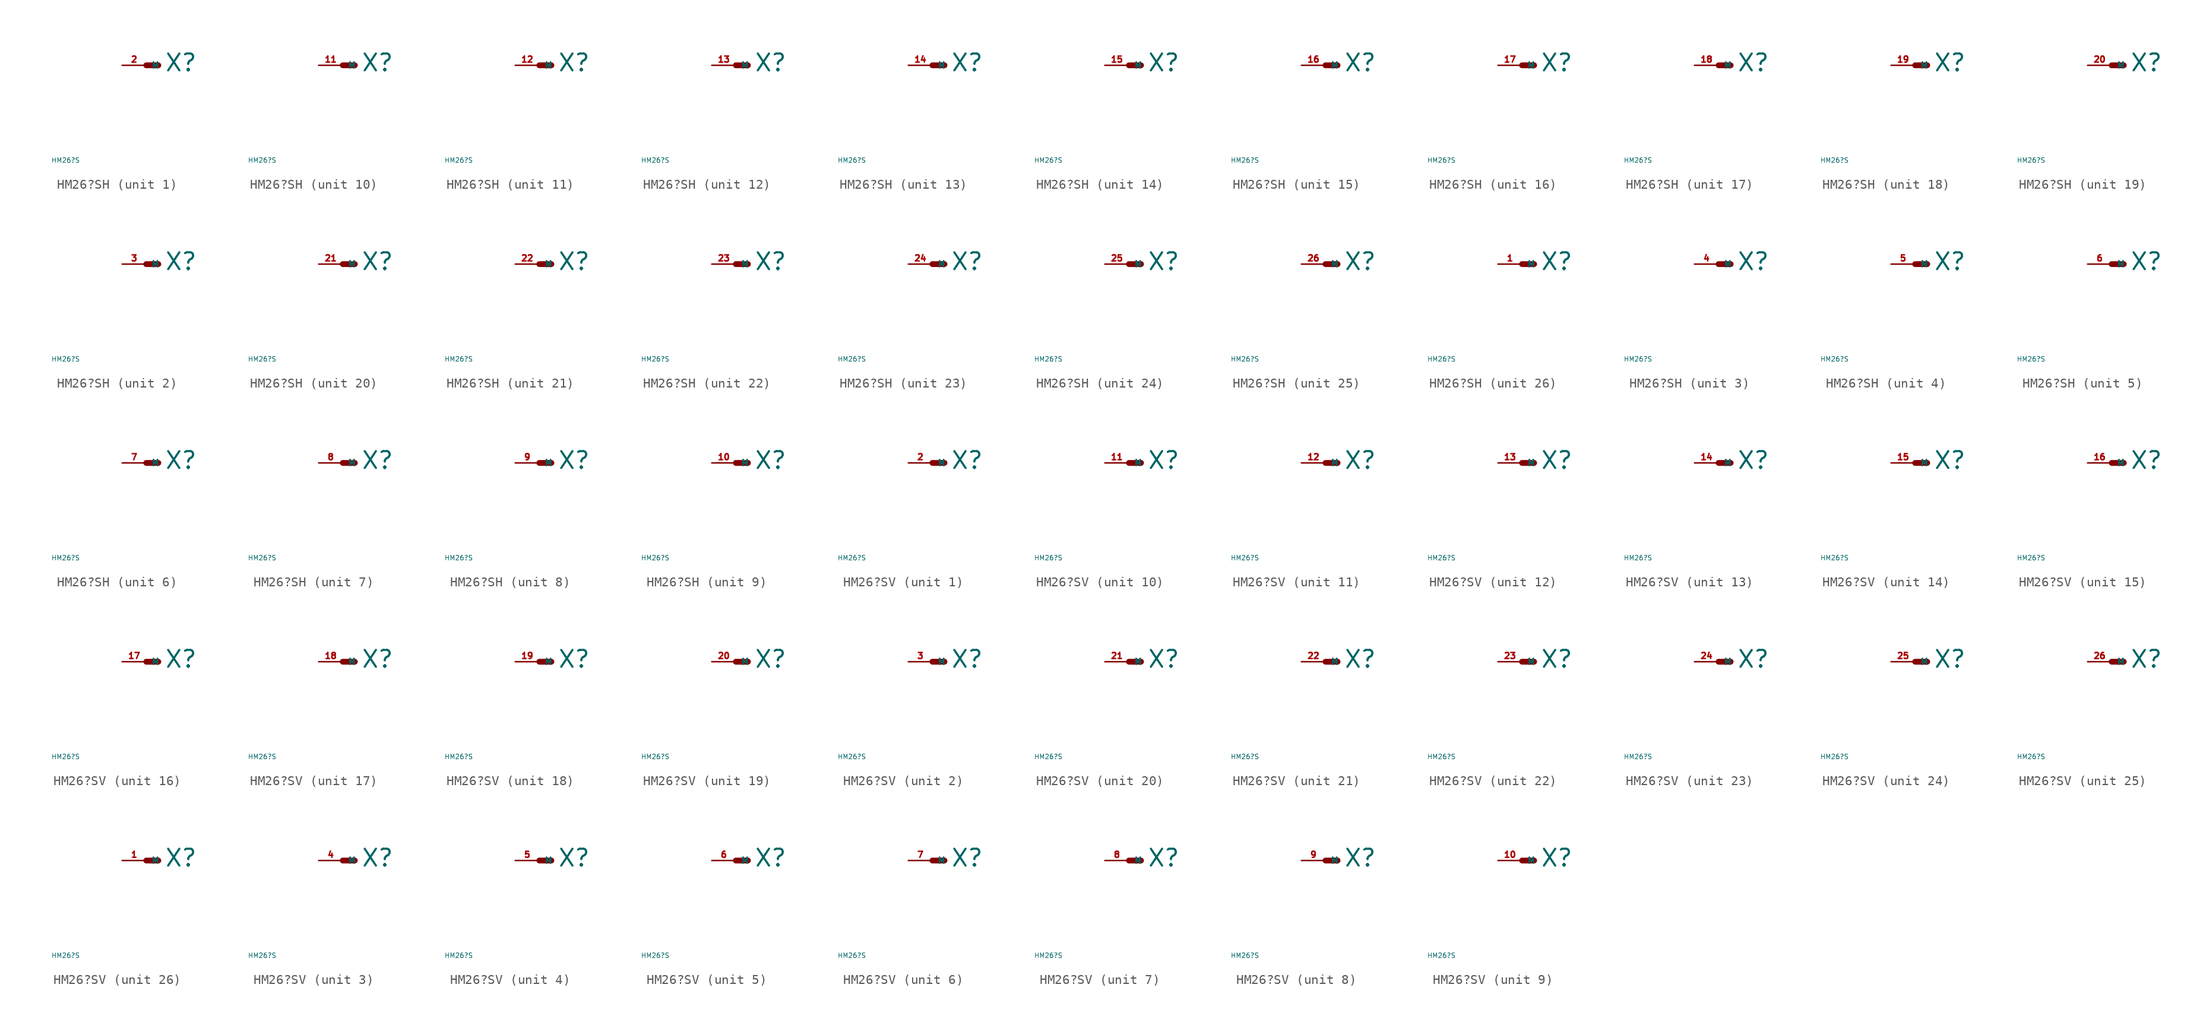
<source format=kicad_sym>
(kicad_symbol_lib
  (version 20220914)
  (generator Eagle2Kicad)
  (symbol "HM26?SH"
    (property "Reference" "X"
      (at 1.905 -0.762 0)
      (effects (font (size 1.778 1.778) (thickness 0.22)) (justify left bottom)))
    (property "Value" "HM26?S"
      (at -10 -10 0)
      (effects (font (size 0.5 0.5) (thickness 0.06)) (justify left)))
    (symbol "HM26?SH_1_0"
      (polyline (pts (xy 0 0) (xy 1.27 0)) (stroke (width 0.61) (type default)) (fill (type none)))
      (pin passive line (at -2.54 0 0) (length 2.54) (name "M" (effects (font (size 0.635 0.635) (thickness 0.08)) (justify left bottom))) (number "2" (effects (font (size 0.635 0.635) (thickness 0.08)) (justify left bottom)))))
    (symbol "HM26?SH_2_0"
      (polyline (pts (xy 0 0) (xy 1.27 0)) (stroke (width 0.61) (type default)) (fill (type none)))
      (pin passive line (at -2.54 0 0) (length 2.54) (name "M" (effects (font (size 0.635 0.635) (thickness 0.08)) (justify left bottom))) (number "3" (effects (font (size 0.635 0.635) (thickness 0.08)) (justify left bottom)))))
    (symbol "HM26?SH_3_0"
      (polyline (pts (xy 0 0) (xy 1.27 0)) (stroke (width 0.61) (type default)) (fill (type none)))
      (pin passive line (at -2.54 0 0) (length 2.54) (name "M" (effects (font (size 0.635 0.635) (thickness 0.08)) (justify left bottom))) (number "4" (effects (font (size 0.635 0.635) (thickness 0.08)) (justify left bottom)))))
    (symbol "HM26?SH_4_0"
      (polyline (pts (xy 0 0) (xy 1.27 0)) (stroke (width 0.61) (type default)) (fill (type none)))
      (pin passive line (at -2.54 0 0) (length 2.54) (name "M" (effects (font (size 0.635 0.635) (thickness 0.08)) (justify left bottom))) (number "5" (effects (font (size 0.635 0.635) (thickness 0.08)) (justify left bottom)))))
    (symbol "HM26?SH_5_0"
      (polyline (pts (xy 0 0) (xy 1.27 0)) (stroke (width 0.61) (type default)) (fill (type none)))
      (pin passive line (at -2.54 0 0) (length 2.54) (name "M" (effects (font (size 0.635 0.635) (thickness 0.08)) (justify left bottom))) (number "6" (effects (font (size 0.635 0.635) (thickness 0.08)) (justify left bottom)))))
    (symbol "HM26?SH_6_0"
      (polyline (pts (xy 0 0) (xy 1.27 0)) (stroke (width 0.61) (type default)) (fill (type none)))
      (pin passive line (at -2.54 0 0) (length 2.54) (name "M" (effects (font (size 0.635 0.635) (thickness 0.08)) (justify left bottom))) (number "7" (effects (font (size 0.635 0.635) (thickness 0.08)) (justify left bottom)))))
    (symbol "HM26?SH_7_0"
      (polyline (pts (xy 0 0) (xy 1.27 0)) (stroke (width 0.61) (type default)) (fill (type none)))
      (pin passive line (at -2.54 0 0) (length 2.54) (name "M" (effects (font (size 0.635 0.635) (thickness 0.08)) (justify left bottom))) (number "8" (effects (font (size 0.635 0.635) (thickness 0.08)) (justify left bottom)))))
    (symbol "HM26?SH_8_0"
      (polyline (pts (xy 0 0) (xy 1.27 0)) (stroke (width 0.61) (type default)) (fill (type none)))
      (pin passive line (at -2.54 0 0) (length 2.54) (name "M" (effects (font (size 0.635 0.635) (thickness 0.08)) (justify left bottom))) (number "9" (effects (font (size 0.635 0.635) (thickness 0.08)) (justify left bottom)))))
    (symbol "HM26?SH_9_0"
      (polyline (pts (xy 0 0) (xy 1.27 0)) (stroke (width 0.61) (type default)) (fill (type none)))
      (pin passive line (at -2.54 0 0) (length 2.54) (name "M" (effects (font (size 0.635 0.635) (thickness 0.08)) (justify left bottom))) (number "10" (effects (font (size 0.635 0.635) (thickness 0.08)) (justify left bottom)))))
    (symbol "HM26?SH_10_0"
      (polyline (pts (xy 0 0) (xy 1.27 0)) (stroke (width 0.61) (type default)) (fill (type none)))
      (pin passive line (at -2.54 0 0) (length 2.54) (name "M" (effects (font (size 0.635 0.635) (thickness 0.08)) (justify left bottom))) (number "11" (effects (font (size 0.635 0.635) (thickness 0.08)) (justify left bottom)))))
    (symbol "HM26?SH_11_0"
      (polyline (pts (xy 0 0) (xy 1.27 0)) (stroke (width 0.61) (type default)) (fill (type none)))
      (pin passive line (at -2.54 0 0) (length 2.54) (name "M" (effects (font (size 0.635 0.635) (thickness 0.08)) (justify left bottom))) (number "12" (effects (font (size 0.635 0.635) (thickness 0.08)) (justify left bottom)))))
    (symbol "HM26?SH_12_0"
      (polyline (pts (xy 0 0) (xy 1.27 0)) (stroke (width 0.61) (type default)) (fill (type none)))
      (pin passive line (at -2.54 0 0) (length 2.54) (name "M" (effects (font (size 0.635 0.635) (thickness 0.08)) (justify left bottom))) (number "13" (effects (font (size 0.635 0.635) (thickness 0.08)) (justify left bottom)))))
    (symbol "HM26?SH_13_0"
      (polyline (pts (xy 0 0) (xy 1.27 0)) (stroke (width 0.61) (type default)) (fill (type none)))
      (pin passive line (at -2.54 0 0) (length 2.54) (name "M" (effects (font (size 0.635 0.635) (thickness 0.08)) (justify left bottom))) (number "14" (effects (font (size 0.635 0.635) (thickness 0.08)) (justify left bottom)))))
    (symbol "HM26?SH_14_0"
      (polyline (pts (xy 0 0) (xy 1.27 0)) (stroke (width 0.61) (type default)) (fill (type none)))
      (pin passive line (at -2.54 0 0) (length 2.54) (name "M" (effects (font (size 0.635 0.635) (thickness 0.08)) (justify left bottom))) (number "15" (effects (font (size 0.635 0.635) (thickness 0.08)) (justify left bottom)))))
    (symbol "HM26?SH_15_0"
      (polyline (pts (xy 0 0) (xy 1.27 0)) (stroke (width 0.61) (type default)) (fill (type none)))
      (pin passive line (at -2.54 0 0) (length 2.54) (name "M" (effects (font (size 0.635 0.635) (thickness 0.08)) (justify left bottom))) (number "16" (effects (font (size 0.635 0.635) (thickness 0.08)) (justify left bottom)))))
    (symbol "HM26?SH_16_0"
      (polyline (pts (xy 0 0) (xy 1.27 0)) (stroke (width 0.61) (type default)) (fill (type none)))
      (pin passive line (at -2.54 0 0) (length 2.54) (name "M" (effects (font (size 0.635 0.635) (thickness 0.08)) (justify left bottom))) (number "17" (effects (font (size 0.635 0.635) (thickness 0.08)) (justify left bottom)))))
    (symbol "HM26?SH_17_0"
      (polyline (pts (xy 0 0) (xy 1.27 0)) (stroke (width 0.61) (type default)) (fill (type none)))
      (pin passive line (at -2.54 0 0) (length 2.54) (name "M" (effects (font (size 0.635 0.635) (thickness 0.08)) (justify left bottom))) (number "18" (effects (font (size 0.635 0.635) (thickness 0.08)) (justify left bottom)))))
    (symbol "HM26?SH_18_0"
      (polyline (pts (xy 0 0) (xy 1.27 0)) (stroke (width 0.61) (type default)) (fill (type none)))
      (pin passive line (at -2.54 0 0) (length 2.54) (name "M" (effects (font (size 0.635 0.635) (thickness 0.08)) (justify left bottom))) (number "19" (effects (font (size 0.635 0.635) (thickness 0.08)) (justify left bottom)))))
    (symbol "HM26?SH_19_0"
      (polyline (pts (xy 0 0) (xy 1.27 0)) (stroke (width 0.61) (type default)) (fill (type none)))
      (pin passive line (at -2.54 0 0) (length 2.54) (name "M" (effects (font (size 0.635 0.635) (thickness 0.08)) (justify left bottom))) (number "20" (effects (font (size 0.635 0.635) (thickness 0.08)) (justify left bottom)))))
    (symbol "HM26?SH_20_0"
      (polyline (pts (xy 0 0) (xy 1.27 0)) (stroke (width 0.61) (type default)) (fill (type none)))
      (pin passive line (at -2.54 0 0) (length 2.54) (name "M" (effects (font (size 0.635 0.635) (thickness 0.08)) (justify left bottom))) (number "21" (effects (font (size 0.635 0.635) (thickness 0.08)) (justify left bottom)))))
    (symbol "HM26?SH_21_0"
      (polyline (pts (xy 0 0) (xy 1.27 0)) (stroke (width 0.61) (type default)) (fill (type none)))
      (pin passive line (at -2.54 0 0) (length 2.54) (name "M" (effects (font (size 0.635 0.635) (thickness 0.08)) (justify left bottom))) (number "22" (effects (font (size 0.635 0.635) (thickness 0.08)) (justify left bottom)))))
    (symbol "HM26?SH_22_0"
      (polyline (pts (xy 0 0) (xy 1.27 0)) (stroke (width 0.61) (type default)) (fill (type none)))
      (pin passive line (at -2.54 0 0) (length 2.54) (name "M" (effects (font (size 0.635 0.635) (thickness 0.08)) (justify left bottom))) (number "23" (effects (font (size 0.635 0.635) (thickness 0.08)) (justify left bottom)))))
    (symbol "HM26?SH_23_0"
      (polyline (pts (xy 0 0) (xy 1.27 0)) (stroke (width 0.61) (type default)) (fill (type none)))
      (pin passive line (at -2.54 0 0) (length 2.54) (name "M" (effects (font (size 0.635 0.635) (thickness 0.08)) (justify left bottom))) (number "24" (effects (font (size 0.635 0.635) (thickness 0.08)) (justify left bottom)))))
    (symbol "HM26?SH_24_0"
      (polyline (pts (xy 0 0) (xy 1.27 0)) (stroke (width 0.61) (type default)) (fill (type none)))
      (pin passive line (at -2.54 0 0) (length 2.54) (name "M" (effects (font (size 0.635 0.635) (thickness 0.08)) (justify left bottom))) (number "25" (effects (font (size 0.635 0.635) (thickness 0.08)) (justify left bottom)))))
    (symbol "HM26?SH_25_0"
      (polyline (pts (xy 0 0) (xy 1.27 0)) (stroke (width 0.61) (type default)) (fill (type none)))
      (pin passive line (at -2.54 0 0) (length 2.54) (name "M" (effects (font (size 0.635 0.635) (thickness 0.08)) (justify left bottom))) (number "26" (effects (font (size 0.635 0.635) (thickness 0.08)) (justify left bottom)))))
    (symbol "HM26?SH_26_0"
      (polyline (pts (xy 0 0) (xy 1.27 0)) (stroke (width 0.61) (type default)) (fill (type none)))
      (pin passive line (at -2.54 0 0) (length 2.54) (name "M" (effects (font (size 0.635 0.635) (thickness 0.08)) (justify left bottom))) (number "1" (effects (font (size 0.635 0.635) (thickness 0.08)) (justify left bottom))))))
  (symbol "HM26?SV"
    (property "Reference" "X"
      (at 1.905 -0.762 0)
      (effects (font (size 1.778 1.778) (thickness 0.22)) (justify left bottom)))
    (property "Value" "HM26?S"
      (at -10 -10 0)
      (effects (font (size 0.5 0.5) (thickness 0.06)) (justify left)))
    (symbol "HM26?SV_1_0"
      (polyline (pts (xy 0 0) (xy 1.27 0)) (stroke (width 0.61) (type default)) (fill (type none)))
      (pin passive line (at -2.54 0 0) (length 2.54) (name "M" (effects (font (size 0.635 0.635) (thickness 0.08)) (justify left bottom))) (number "2" (effects (font (size 0.635 0.635) (thickness 0.08)) (justify left bottom)))))
    (symbol "HM26?SV_2_0"
      (polyline (pts (xy 0 0) (xy 1.27 0)) (stroke (width 0.61) (type default)) (fill (type none)))
      (pin passive line (at -2.54 0 0) (length 2.54) (name "M" (effects (font (size 0.635 0.635) (thickness 0.08)) (justify left bottom))) (number "3" (effects (font (size 0.635 0.635) (thickness 0.08)) (justify left bottom)))))
    (symbol "HM26?SV_3_0"
      (polyline (pts (xy 0 0) (xy 1.27 0)) (stroke (width 0.61) (type default)) (fill (type none)))
      (pin passive line (at -2.54 0 0) (length 2.54) (name "M" (effects (font (size 0.635 0.635) (thickness 0.08)) (justify left bottom))) (number "4" (effects (font (size 0.635 0.635) (thickness 0.08)) (justify left bottom)))))
    (symbol "HM26?SV_4_0"
      (polyline (pts (xy 0 0) (xy 1.27 0)) (stroke (width 0.61) (type default)) (fill (type none)))
      (pin passive line (at -2.54 0 0) (length 2.54) (name "M" (effects (font (size 0.635 0.635) (thickness 0.08)) (justify left bottom))) (number "5" (effects (font (size 0.635 0.635) (thickness 0.08)) (justify left bottom)))))
    (symbol "HM26?SV_5_0"
      (polyline (pts (xy 0 0) (xy 1.27 0)) (stroke (width 0.61) (type default)) (fill (type none)))
      (pin passive line (at -2.54 0 0) (length 2.54) (name "M" (effects (font (size 0.635 0.635) (thickness 0.08)) (justify left bottom))) (number "6" (effects (font (size 0.635 0.635) (thickness 0.08)) (justify left bottom)))))
    (symbol "HM26?SV_6_0"
      (polyline (pts (xy 0 0) (xy 1.27 0)) (stroke (width 0.61) (type default)) (fill (type none)))
      (pin passive line (at -2.54 0 0) (length 2.54) (name "M" (effects (font (size 0.635 0.635) (thickness 0.08)) (justify left bottom))) (number "7" (effects (font (size 0.635 0.635) (thickness 0.08)) (justify left bottom)))))
    (symbol "HM26?SV_7_0"
      (polyline (pts (xy 0 0) (xy 1.27 0)) (stroke (width 0.61) (type default)) (fill (type none)))
      (pin passive line (at -2.54 0 0) (length 2.54) (name "M" (effects (font (size 0.635 0.635) (thickness 0.08)) (justify left bottom))) (number "8" (effects (font (size 0.635 0.635) (thickness 0.08)) (justify left bottom)))))
    (symbol "HM26?SV_8_0"
      (polyline (pts (xy 0 0) (xy 1.27 0)) (stroke (width 0.61) (type default)) (fill (type none)))
      (pin passive line (at -2.54 0 0) (length 2.54) (name "M" (effects (font (size 0.635 0.635) (thickness 0.08)) (justify left bottom))) (number "9" (effects (font (size 0.635 0.635) (thickness 0.08)) (justify left bottom)))))
    (symbol "HM26?SV_9_0"
      (polyline (pts (xy 0 0) (xy 1.27 0)) (stroke (width 0.61) (type default)) (fill (type none)))
      (pin passive line (at -2.54 0 0) (length 2.54) (name "M" (effects (font (size 0.635 0.635) (thickness 0.08)) (justify left bottom))) (number "10" (effects (font (size 0.635 0.635) (thickness 0.08)) (justify left bottom)))))
    (symbol "HM26?SV_10_0"
      (polyline (pts (xy 0 0) (xy 1.27 0)) (stroke (width 0.61) (type default)) (fill (type none)))
      (pin passive line (at -2.54 0 0) (length 2.54) (name "M" (effects (font (size 0.635 0.635) (thickness 0.08)) (justify left bottom))) (number "11" (effects (font (size 0.635 0.635) (thickness 0.08)) (justify left bottom)))))
    (symbol "HM26?SV_11_0"
      (polyline (pts (xy 0 0) (xy 1.27 0)) (stroke (width 0.61) (type default)) (fill (type none)))
      (pin passive line (at -2.54 0 0) (length 2.54) (name "M" (effects (font (size 0.635 0.635) (thickness 0.08)) (justify left bottom))) (number "12" (effects (font (size 0.635 0.635) (thickness 0.08)) (justify left bottom)))))
    (symbol "HM26?SV_12_0"
      (polyline (pts (xy 0 0) (xy 1.27 0)) (stroke (width 0.61) (type default)) (fill (type none)))
      (pin passive line (at -2.54 0 0) (length 2.54) (name "M" (effects (font (size 0.635 0.635) (thickness 0.08)) (justify left bottom))) (number "13" (effects (font (size 0.635 0.635) (thickness 0.08)) (justify left bottom)))))
    (symbol "HM26?SV_13_0"
      (polyline (pts (xy 0 0) (xy 1.27 0)) (stroke (width 0.61) (type default)) (fill (type none)))
      (pin passive line (at -2.54 0 0) (length 2.54) (name "M" (effects (font (size 0.635 0.635) (thickness 0.08)) (justify left bottom))) (number "14" (effects (font (size 0.635 0.635) (thickness 0.08)) (justify left bottom)))))
    (symbol "HM26?SV_14_0"
      (polyline (pts (xy 0 0) (xy 1.27 0)) (stroke (width 0.61) (type default)) (fill (type none)))
      (pin passive line (at -2.54 0 0) (length 2.54) (name "M" (effects (font (size 0.635 0.635) (thickness 0.08)) (justify left bottom))) (number "15" (effects (font (size 0.635 0.635) (thickness 0.08)) (justify left bottom)))))
    (symbol "HM26?SV_15_0"
      (polyline (pts (xy 0 0) (xy 1.27 0)) (stroke (width 0.61) (type default)) (fill (type none)))
      (pin passive line (at -2.54 0 0) (length 2.54) (name "M" (effects (font (size 0.635 0.635) (thickness 0.08)) (justify left bottom))) (number "16" (effects (font (size 0.635 0.635) (thickness 0.08)) (justify left bottom)))))
    (symbol "HM26?SV_16_0"
      (polyline (pts (xy 0 0) (xy 1.27 0)) (stroke (width 0.61) (type default)) (fill (type none)))
      (pin passive line (at -2.54 0 0) (length 2.54) (name "M" (effects (font (size 0.635 0.635) (thickness 0.08)) (justify left bottom))) (number "17" (effects (font (size 0.635 0.635) (thickness 0.08)) (justify left bottom)))))
    (symbol "HM26?SV_17_0"
      (polyline (pts (xy 0 0) (xy 1.27 0)) (stroke (width 0.61) (type default)) (fill (type none)))
      (pin passive line (at -2.54 0 0) (length 2.54) (name "M" (effects (font (size 0.635 0.635) (thickness 0.08)) (justify left bottom))) (number "18" (effects (font (size 0.635 0.635) (thickness 0.08)) (justify left bottom)))))
    (symbol "HM26?SV_18_0"
      (polyline (pts (xy 0 0) (xy 1.27 0)) (stroke (width 0.61) (type default)) (fill (type none)))
      (pin passive line (at -2.54 0 0) (length 2.54) (name "M" (effects (font (size 0.635 0.635) (thickness 0.08)) (justify left bottom))) (number "19" (effects (font (size 0.635 0.635) (thickness 0.08)) (justify left bottom)))))
    (symbol "HM26?SV_19_0"
      (polyline (pts (xy 0 0) (xy 1.27 0)) (stroke (width 0.61) (type default)) (fill (type none)))
      (pin passive line (at -2.54 0 0) (length 2.54) (name "M" (effects (font (size 0.635 0.635) (thickness 0.08)) (justify left bottom))) (number "20" (effects (font (size 0.635 0.635) (thickness 0.08)) (justify left bottom)))))
    (symbol "HM26?SV_20_0"
      (polyline (pts (xy 0 0) (xy 1.27 0)) (stroke (width 0.61) (type default)) (fill (type none)))
      (pin passive line (at -2.54 0 0) (length 2.54) (name "M" (effects (font (size 0.635 0.635) (thickness 0.08)) (justify left bottom))) (number "21" (effects (font (size 0.635 0.635) (thickness 0.08)) (justify left bottom)))))
    (symbol "HM26?SV_21_0"
      (polyline (pts (xy 0 0) (xy 1.27 0)) (stroke (width 0.61) (type default)) (fill (type none)))
      (pin passive line (at -2.54 0 0) (length 2.54) (name "M" (effects (font (size 0.635 0.635) (thickness 0.08)) (justify left bottom))) (number "22" (effects (font (size 0.635 0.635) (thickness 0.08)) (justify left bottom)))))
    (symbol "HM26?SV_22_0"
      (polyline (pts (xy 0 0) (xy 1.27 0)) (stroke (width 0.61) (type default)) (fill (type none)))
      (pin passive line (at -2.54 0 0) (length 2.54) (name "M" (effects (font (size 0.635 0.635) (thickness 0.08)) (justify left bottom))) (number "23" (effects (font (size 0.635 0.635) (thickness 0.08)) (justify left bottom)))))
    (symbol "HM26?SV_23_0"
      (polyline (pts (xy 0 0) (xy 1.27 0)) (stroke (width 0.61) (type default)) (fill (type none)))
      (pin passive line (at -2.54 0 0) (length 2.54) (name "M" (effects (font (size 0.635 0.635) (thickness 0.08)) (justify left bottom))) (number "24" (effects (font (size 0.635 0.635) (thickness 0.08)) (justify left bottom)))))
    (symbol "HM26?SV_24_0"
      (polyline (pts (xy 0 0) (xy 1.27 0)) (stroke (width 0.61) (type default)) (fill (type none)))
      (pin passive line (at -2.54 0 0) (length 2.54) (name "M" (effects (font (size 0.635 0.635) (thickness 0.08)) (justify left bottom))) (number "25" (effects (font (size 0.635 0.635) (thickness 0.08)) (justify left bottom)))))
    (symbol "HM26?SV_25_0"
      (polyline (pts (xy 0 0) (xy 1.27 0)) (stroke (width 0.61) (type default)) (fill (type none)))
      (pin passive line (at -2.54 0 0) (length 2.54) (name "M" (effects (font (size 0.635 0.635) (thickness 0.08)) (justify left bottom))) (number "26" (effects (font (size 0.635 0.635) (thickness 0.08)) (justify left bottom)))))
    (symbol "HM26?SV_26_0"
      (polyline (pts (xy 0 0) (xy 1.27 0)) (stroke (width 0.61) (type default)) (fill (type none)))
      (pin passive line (at -2.54 0 0) (length 2.54) (name "M" (effects (font (size 0.635 0.635) (thickness 0.08)) (justify left bottom))) (number "1" (effects (font (size 0.635 0.635) (thickness 0.08)) (justify left bottom)))))))
</source>
